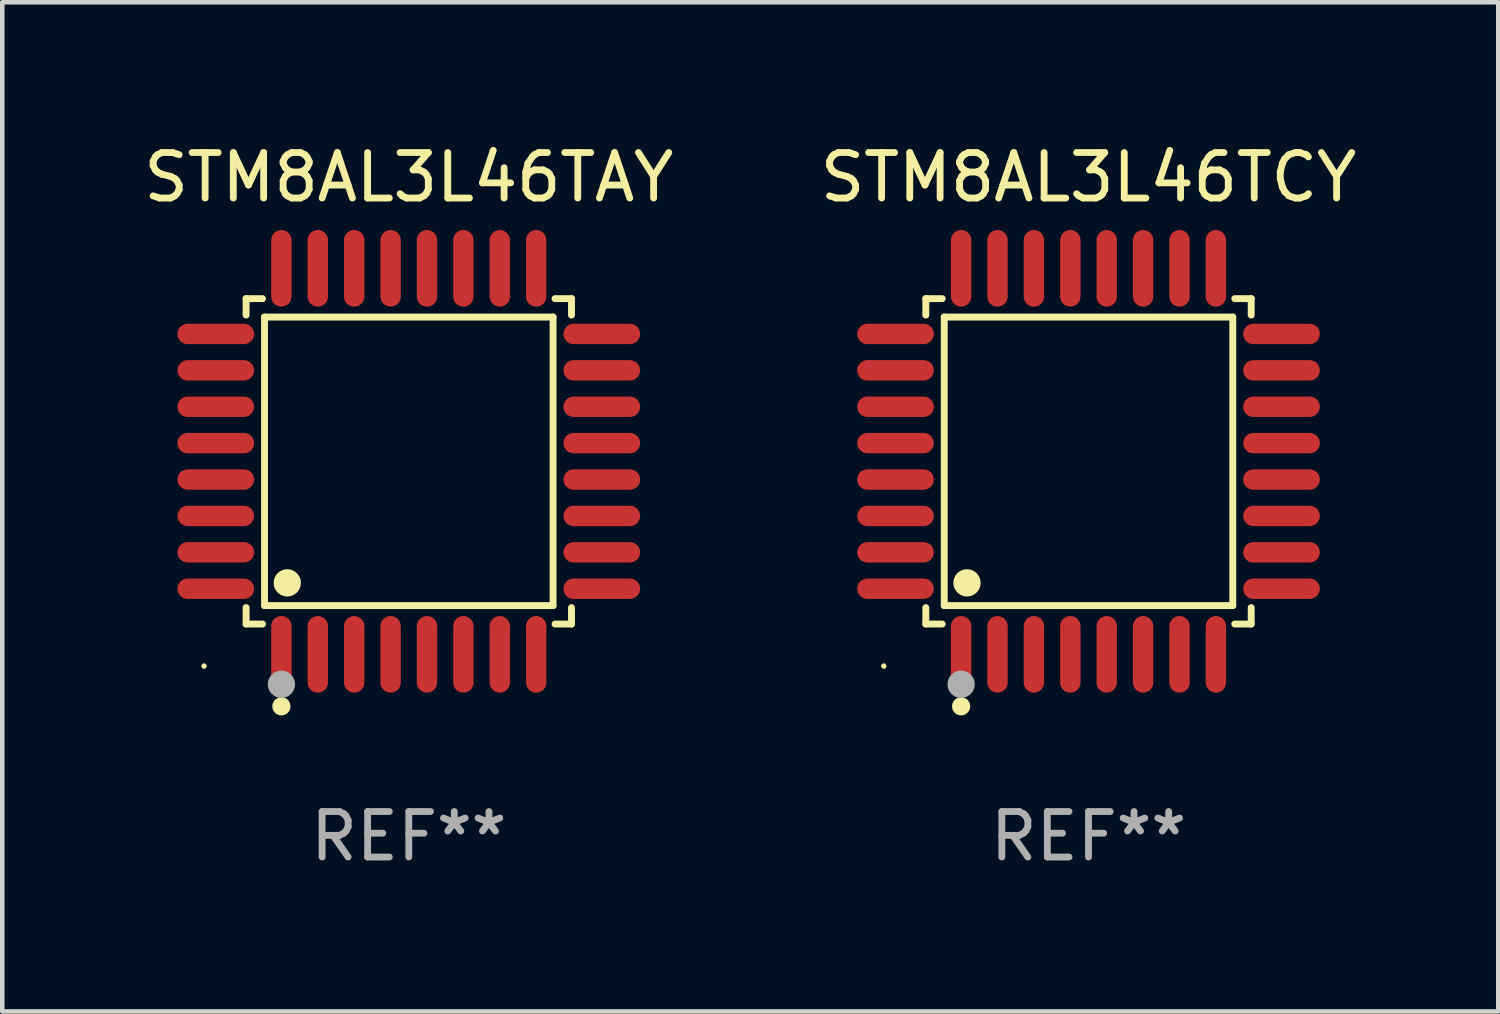
<source format=kicad_pcb>
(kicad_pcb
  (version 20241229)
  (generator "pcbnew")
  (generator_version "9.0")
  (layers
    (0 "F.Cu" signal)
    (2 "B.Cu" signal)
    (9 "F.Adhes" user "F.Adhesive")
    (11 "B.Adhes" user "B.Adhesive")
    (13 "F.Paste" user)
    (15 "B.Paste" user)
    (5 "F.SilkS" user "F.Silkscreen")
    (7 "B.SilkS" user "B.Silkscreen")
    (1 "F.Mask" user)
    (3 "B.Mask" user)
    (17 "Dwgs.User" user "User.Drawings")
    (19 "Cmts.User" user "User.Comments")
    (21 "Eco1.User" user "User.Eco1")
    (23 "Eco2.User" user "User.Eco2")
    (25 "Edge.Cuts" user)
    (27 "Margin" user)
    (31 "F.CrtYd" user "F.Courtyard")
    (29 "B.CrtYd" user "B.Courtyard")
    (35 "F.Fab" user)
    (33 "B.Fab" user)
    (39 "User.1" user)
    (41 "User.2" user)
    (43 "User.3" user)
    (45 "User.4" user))
  (footprint "STM8AL3L46TAY"
    (layer "F.Cu")
    (at 5.935 7.09)
    (property "Reference" "STM8AL3L46TAY" (at 0 -6.242 0) (layer "F.SilkS") (effects (font (size 1 1) (thickness 0.15))))
    (attr through_hole)
    (fp_line (start -3.576 -3.576) (end -3.215 -3.576) (stroke (width 0.152) (type solid)) (layer "F.SilkS"))
    (fp_line (start -3.576 -3.215) (end -3.576 -3.576) (stroke (width 0.152) (type solid)) (layer "F.SilkS"))
    (fp_line (start -3.576 3.215) (end -3.576 3.576) (stroke (width 0.152) (type solid)) (layer "F.SilkS"))
    (fp_line (start -3.576 3.576) (end -3.215 3.576) (stroke (width 0.152) (type solid)) (layer "F.SilkS"))
    (fp_line (start -3.171 -3.171) (end 3.171 -3.171) (stroke (width 0.152) (type solid)) (layer "F.SilkS"))
    (fp_line (start -3.171 3.171) (end -3.171 -3.171) (stroke (width 0.152) (type solid)) (layer "F.SilkS"))
    (fp_line (start 3.171 -3.171) (end 3.171 3.171) (stroke (width 0.152) (type solid)) (layer "F.SilkS"))
    (fp_line (start 3.171 3.171) (end -3.171 3.171) (stroke (width 0.152) (type solid)) (layer "F.SilkS"))
    (fp_line (start 3.576 -3.576) (end 3.215 -3.576) (stroke (width 0.152) (type solid)) (layer "F.SilkS"))
    (fp_line (start 3.576 -3.215) (end 3.576 -3.576) (stroke (width 0.152) (type solid)) (layer "F.SilkS"))
    (fp_line (start 3.576 3.215) (end 3.576 3.576) (stroke (width 0.152) (type solid)) (layer "F.SilkS"))
    (fp_line (start 3.576 3.576) (end 3.215 3.576) (stroke (width 0.152) (type solid)) (layer "F.SilkS"))
    (fp_circle (center -4.5 4.5) (end -4.47 4.5) (stroke (width 0.06) (type solid)) (fill no) (layer "F.SilkS"))
    (fp_circle (center -2.8 5.384) (end -2.7 5.384) (stroke (width 0.2) (type solid)) (fill no) (layer "F.SilkS"))
    (fp_circle (center -2.671 2.671) (end -2.521 2.671) (stroke (width 0.3) (type solid)) (fill no) (layer "F.SilkS"))
    (fp_circle (center -2.8 4.9) (end -2.65 4.9) (stroke (width 0.3) (type solid)) (fill no) (layer "F.Fab"))
    (fp_text user "REF**" (at 0 8.242 0) (layer "F.Fab") (effects (font (size 1 1) (thickness 0.15))))
    (pad "1" smd oval (at -2.8 4.242) (size 0.448 1.684) (layers "F.Cu" "F.Mask" "F.Paste"))
    (pad "2" smd oval (at -2 4.242) (size 0.448 1.684) (layers "F.Cu" "F.Mask" "F.Paste"))
    (pad "3" smd oval (at -1.2 4.242) (size 0.448 1.684) (layers "F.Cu" "F.Mask" "F.Paste"))
    (pad "4" smd oval (at -0.4 4.242) (size 0.448 1.684) (layers "F.Cu" "F.Mask" "F.Paste"))
    (pad "5" smd oval (at 0.4 4.242) (size 0.448 1.684) (layers "F.Cu" "F.Mask" "F.Paste"))
    (pad "6" smd oval (at 1.2 4.242) (size 0.448 1.684) (layers "F.Cu" "F.Mask" "F.Paste"))
    (pad "7" smd oval (at 2 4.242) (size 0.448 1.684) (layers "F.Cu" "F.Mask" "F.Paste"))
    (pad "8" smd oval (at 2.8 4.242) (size 0.448 1.684) (layers "F.Cu" "F.Mask" "F.Paste"))
    (pad "9" smd oval (at 4.242 2.8) (size 1.684 0.448) (layers "F.Cu" "F.Mask" "F.Paste"))
    (pad "10" smd oval (at 4.242 2) (size 1.684 0.448) (layers "F.Cu" "F.Mask" "F.Paste"))
    (pad "11" smd oval (at 4.242 1.2) (size 1.684 0.448) (layers "F.Cu" "F.Mask" "F.Paste"))
    (pad "12" smd oval (at 4.242 0.4) (size 1.684 0.448) (layers "F.Cu" "F.Mask" "F.Paste"))
    (pad "13" smd oval (at 4.242 -0.4) (size 1.684 0.448) (layers "F.Cu" "F.Mask" "F.Paste"))
    (pad "14" smd oval (at 4.242 -1.2) (size 1.684 0.448) (layers "F.Cu" "F.Mask" "F.Paste"))
    (pad "15" smd oval (at 4.242 -2) (size 1.684 0.448) (layers "F.Cu" "F.Mask" "F.Paste"))
    (pad "16" smd oval (at 4.242 -2.8) (size 1.684 0.448) (layers "F.Cu" "F.Mask" "F.Paste"))
    (pad "17" smd oval (at 2.8 -4.242) (size 0.448 1.684) (layers "F.Cu" "F.Mask" "F.Paste"))
    (pad "18" smd oval (at 2 -4.242) (size 0.448 1.684) (layers "F.Cu" "F.Mask" "F.Paste"))
    (pad "19" smd oval (at 1.2 -4.242) (size 0.448 1.684) (layers "F.Cu" "F.Mask" "F.Paste"))
    (pad "20" smd oval (at 0.4 -4.242) (size 0.448 1.684) (layers "F.Cu" "F.Mask" "F.Paste"))
    (pad "21" smd oval (at -0.4 -4.242) (size 0.448 1.684) (layers "F.Cu" "F.Mask" "F.Paste"))
    (pad "22" smd oval (at -1.2 -4.242) (size 0.448 1.684) (layers "F.Cu" "F.Mask" "F.Paste"))
    (pad "23" smd oval (at -2 -4.242) (size 0.448 1.684) (layers "F.Cu" "F.Mask" "F.Paste"))
    (pad "24" smd oval (at -2.8 -4.242) (size 0.448 1.684) (layers "F.Cu" "F.Mask" "F.Paste"))
    (pad "25" smd oval (at -4.242 -2.8) (size 1.684 0.448) (layers "F.Cu" "F.Mask" "F.Paste"))
    (pad "26" smd oval (at -4.242 -2) (size 1.684 0.448) (layers "F.Cu" "F.Mask" "F.Paste"))
    (pad "27" smd oval (at -4.242 -1.2) (size 1.684 0.448) (layers "F.Cu" "F.Mask" "F.Paste"))
    (pad "28" smd oval (at -4.242 -0.4) (size 1.684 0.448) (layers "F.Cu" "F.Mask" "F.Paste"))
    (pad "29" smd oval (at -4.242 0.4) (size 1.684 0.448) (layers "F.Cu" "F.Mask" "F.Paste"))
    (pad "30" smd oval (at -4.242 1.2) (size 1.684 0.448) (layers "F.Cu" "F.Mask" "F.Paste"))
    (pad "31" smd oval (at -4.242 2) (size 1.684 0.448) (layers "F.Cu" "F.Mask" "F.Paste"))
    (pad "32" smd oval (at -4.242 2.8) (size 1.684 0.448) (layers "F.Cu" "F.Mask" "F.Paste")))
  (footprint "STM8AL3L46TCY"
    (layer "F.Cu")
    (at 20.875 7.09)
    (property "Reference" "STM8AL3L46TCY" (at 0 -6.242 0) (layer "F.SilkS") (effects (font (size 1 1) (thickness 0.15))))
    (attr through_hole)
    (fp_line (start -3.576 -3.576) (end -3.215 -3.576) (stroke (width 0.152) (type solid)) (layer "F.SilkS"))
    (fp_line (start -3.576 -3.215) (end -3.576 -3.576) (stroke (width 0.152) (type solid)) (layer "F.SilkS"))
    (fp_line (start -3.576 3.215) (end -3.576 3.576) (stroke (width 0.152) (type solid)) (layer "F.SilkS"))
    (fp_line (start -3.576 3.576) (end -3.215 3.576) (stroke (width 0.152) (type solid)) (layer "F.SilkS"))
    (fp_line (start -3.171 -3.171) (end 3.171 -3.171) (stroke (width 0.152) (type solid)) (layer "F.SilkS"))
    (fp_line (start -3.171 3.171) (end -3.171 -3.171) (stroke (width 0.152) (type solid)) (layer "F.SilkS"))
    (fp_line (start 3.171 -3.171) (end 3.171 3.171) (stroke (width 0.152) (type solid)) (layer "F.SilkS"))
    (fp_line (start 3.171 3.171) (end -3.171 3.171) (stroke (width 0.152) (type solid)) (layer "F.SilkS"))
    (fp_line (start 3.576 -3.576) (end 3.215 -3.576) (stroke (width 0.152) (type solid)) (layer "F.SilkS"))
    (fp_line (start 3.576 -3.215) (end 3.576 -3.576) (stroke (width 0.152) (type solid)) (layer "F.SilkS"))
    (fp_line (start 3.576 3.215) (end 3.576 3.576) (stroke (width 0.152) (type solid)) (layer "F.SilkS"))
    (fp_line (start 3.576 3.576) (end 3.215 3.576) (stroke (width 0.152) (type solid)) (layer "F.SilkS"))
    (fp_circle (center -4.5 4.5) (end -4.47 4.5) (stroke (width 0.06) (type solid)) (fill no) (layer "F.SilkS"))
    (fp_circle (center -2.8 5.384) (end -2.7 5.384) (stroke (width 0.2) (type solid)) (fill no) (layer "F.SilkS"))
    (fp_circle (center -2.671 2.671) (end -2.521 2.671) (stroke (width 0.3) (type solid)) (fill no) (layer "F.SilkS"))
    (fp_circle (center -2.8 4.9) (end -2.65 4.9) (stroke (width 0.3) (type solid)) (fill no) (layer "F.Fab"))
    (fp_text user "REF**" (at 0 8.242 0) (layer "F.Fab") (effects (font (size 1 1) (thickness 0.15))))
    (pad "1" smd oval (at -2.8 4.242) (size 0.448 1.684) (layers "F.Cu" "F.Mask" "F.Paste"))
    (pad "2" smd oval (at -2 4.242) (size 0.448 1.684) (layers "F.Cu" "F.Mask" "F.Paste"))
    (pad "3" smd oval (at -1.2 4.242) (size 0.448 1.684) (layers "F.Cu" "F.Mask" "F.Paste"))
    (pad "4" smd oval (at -0.4 4.242) (size 0.448 1.684) (layers "F.Cu" "F.Mask" "F.Paste"))
    (pad "5" smd oval (at 0.4 4.242) (size 0.448 1.684) (layers "F.Cu" "F.Mask" "F.Paste"))
    (pad "6" smd oval (at 1.2 4.242) (size 0.448 1.684) (layers "F.Cu" "F.Mask" "F.Paste"))
    (pad "7" smd oval (at 2 4.242) (size 0.448 1.684) (layers "F.Cu" "F.Mask" "F.Paste"))
    (pad "8" smd oval (at 2.8 4.242) (size 0.448 1.684) (layers "F.Cu" "F.Mask" "F.Paste"))
    (pad "9" smd oval (at 4.242 2.8) (size 1.684 0.448) (layers "F.Cu" "F.Mask" "F.Paste"))
    (pad "10" smd oval (at 4.242 2) (size 1.684 0.448) (layers "F.Cu" "F.Mask" "F.Paste"))
    (pad "11" smd oval (at 4.242 1.2) (size 1.684 0.448) (layers "F.Cu" "F.Mask" "F.Paste"))
    (pad "12" smd oval (at 4.242 0.4) (size 1.684 0.448) (layers "F.Cu" "F.Mask" "F.Paste"))
    (pad "13" smd oval (at 4.242 -0.4) (size 1.684 0.448) (layers "F.Cu" "F.Mask" "F.Paste"))
    (pad "14" smd oval (at 4.242 -1.2) (size 1.684 0.448) (layers "F.Cu" "F.Mask" "F.Paste"))
    (pad "15" smd oval (at 4.242 -2) (size 1.684 0.448) (layers "F.Cu" "F.Mask" "F.Paste"))
    (pad "16" smd oval (at 4.242 -2.8) (size 1.684 0.448) (layers "F.Cu" "F.Mask" "F.Paste"))
    (pad "17" smd oval (at 2.8 -4.242) (size 0.448 1.684) (layers "F.Cu" "F.Mask" "F.Paste"))
    (pad "18" smd oval (at 2 -4.242) (size 0.448 1.684) (layers "F.Cu" "F.Mask" "F.Paste"))
    (pad "19" smd oval (at 1.2 -4.242) (size 0.448 1.684) (layers "F.Cu" "F.Mask" "F.Paste"))
    (pad "20" smd oval (at 0.4 -4.242) (size 0.448 1.684) (layers "F.Cu" "F.Mask" "F.Paste"))
    (pad "21" smd oval (at -0.4 -4.242) (size 0.448 1.684) (layers "F.Cu" "F.Mask" "F.Paste"))
    (pad "22" smd oval (at -1.2 -4.242) (size 0.448 1.684) (layers "F.Cu" "F.Mask" "F.Paste"))
    (pad "23" smd oval (at -2 -4.242) (size 0.448 1.684) (layers "F.Cu" "F.Mask" "F.Paste"))
    (pad "24" smd oval (at -2.8 -4.242) (size 0.448 1.684) (layers "F.Cu" "F.Mask" "F.Paste"))
    (pad "25" smd oval (at -4.242 -2.8) (size 1.684 0.448) (layers "F.Cu" "F.Mask" "F.Paste"))
    (pad "26" smd oval (at -4.242 -2) (size 1.684 0.448) (layers "F.Cu" "F.Mask" "F.Paste"))
    (pad "27" smd oval (at -4.242 -1.2) (size 1.684 0.448) (layers "F.Cu" "F.Mask" "F.Paste"))
    (pad "28" smd oval (at -4.242 -0.4) (size 1.684 0.448) (layers "F.Cu" "F.Mask" "F.Paste"))
    (pad "29" smd oval (at -4.242 0.4) (size 1.684 0.448) (layers "F.Cu" "F.Mask" "F.Paste"))
    (pad "30" smd oval (at -4.242 1.2) (size 1.684 0.448) (layers "F.Cu" "F.Mask" "F.Paste"))
    (pad "31" smd oval (at -4.242 2) (size 1.684 0.448) (layers "F.Cu" "F.Mask" "F.Paste"))
    (pad "32" smd oval (at -4.242 2.8) (size 1.684 0.448) (layers "F.Cu" "F.Mask" "F.Paste")))
  (gr_rect
    (start -3 -3)
    (end 29.881 19.181)
    (stroke (width 0.1) (type default))
    (fill no)
    (layer "Edge.Cuts")))
</source>
